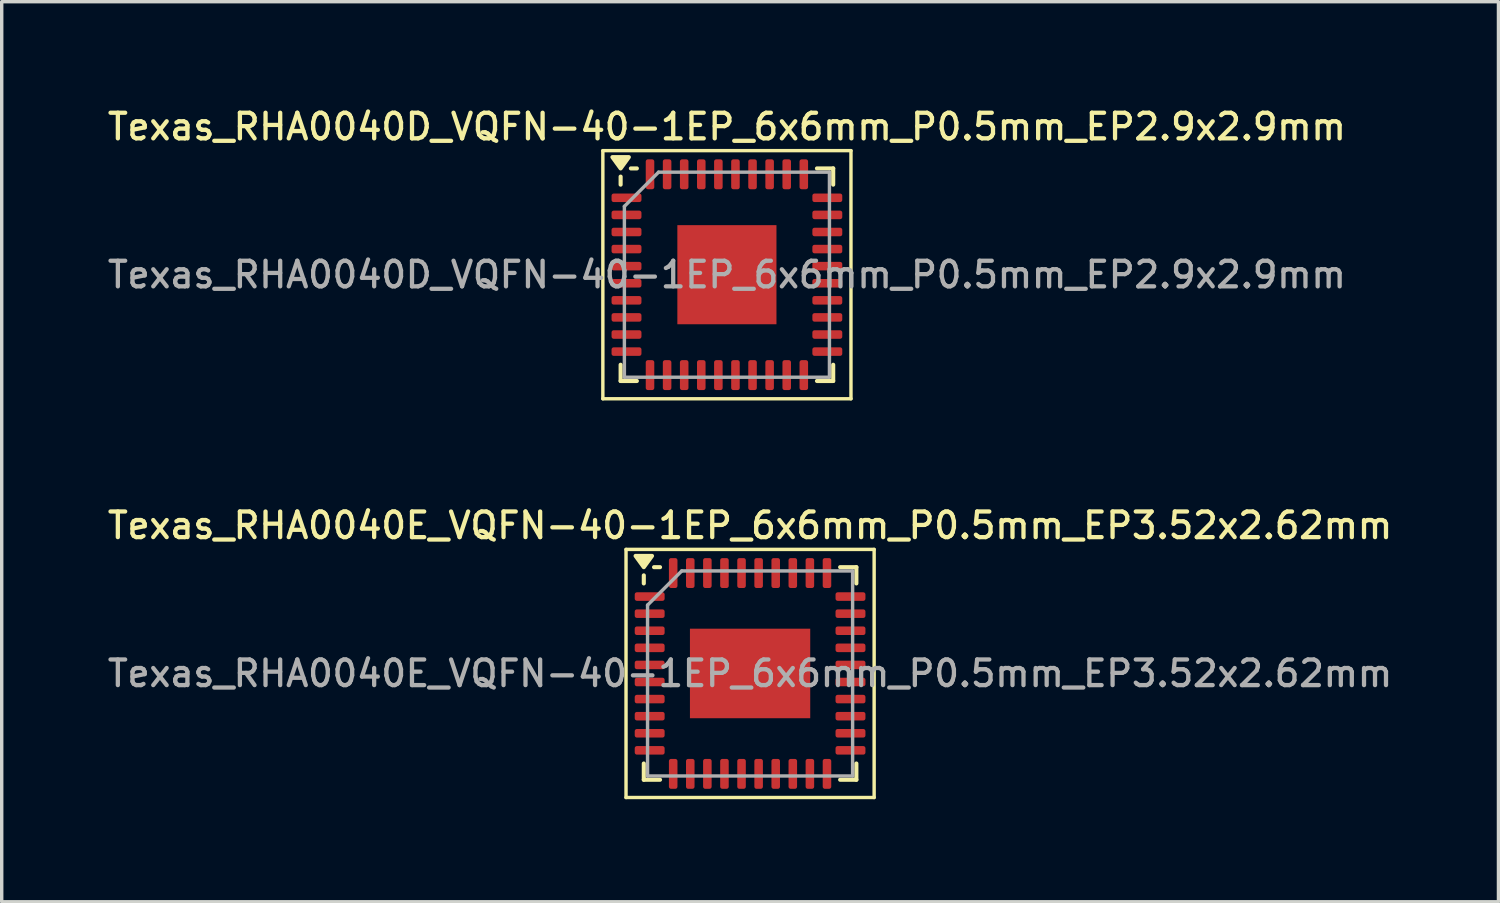
<source format=kicad_pcb>
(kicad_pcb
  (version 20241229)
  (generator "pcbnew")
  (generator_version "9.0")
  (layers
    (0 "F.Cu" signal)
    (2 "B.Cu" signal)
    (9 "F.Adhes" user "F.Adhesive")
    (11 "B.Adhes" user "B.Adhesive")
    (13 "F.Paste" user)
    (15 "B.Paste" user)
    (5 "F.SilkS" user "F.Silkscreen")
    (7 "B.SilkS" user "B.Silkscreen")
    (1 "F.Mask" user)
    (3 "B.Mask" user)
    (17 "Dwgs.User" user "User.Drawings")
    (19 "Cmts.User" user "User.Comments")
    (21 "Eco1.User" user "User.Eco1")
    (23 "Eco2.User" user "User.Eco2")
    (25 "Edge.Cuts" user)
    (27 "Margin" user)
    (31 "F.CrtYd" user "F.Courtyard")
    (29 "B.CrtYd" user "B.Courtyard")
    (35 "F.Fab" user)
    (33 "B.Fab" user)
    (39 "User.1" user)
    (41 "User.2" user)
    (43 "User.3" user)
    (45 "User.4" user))
  (footprint "Texas_RHA0040E_VQFN-40-1EP_6x6mm_P0.5mm_EP3.52x2.62mm"
    (layer "F.Cu")
    (at 18.898 16.656)
    (property "Reference" "Texas_RHA0040E_VQFN-40-1EP_6x6mm_P0.5mm_EP3.52x2.62mm" (at 0 -4.33 0) (layer "F.SilkS") (effects (font (size 0.75 0.75) (thickness 0.125))))
    (attr smd)
    (fp_line (start -3.63 -3.63) (end -3.63 3.63) (stroke (width 0.1) (type solid)) (layer "F.SilkS"))
    (fp_line (start -3.63 3.63) (end 3.63 3.63) (stroke (width 0.1) (type solid)) (layer "F.SilkS"))
    (fp_line (start -3.11 -2.635) (end -3.11 -2.87) (stroke (width 0.12) (type solid)) (layer "F.SilkS"))
    (fp_line (start -3.11 3.11) (end -3.11 2.635) (stroke (width 0.12) (type solid)) (layer "F.SilkS"))
    (fp_line (start -2.635 -3.11) (end -2.81 -3.11) (stroke (width 0.12) (type solid)) (layer "F.SilkS"))
    (fp_line (start -2.635 3.11) (end -3.11 3.11) (stroke (width 0.12) (type solid)) (layer "F.SilkS"))
    (fp_line (start 2.635 -3.11) (end 3.11 -3.11) (stroke (width 0.12) (type solid)) (layer "F.SilkS"))
    (fp_line (start 2.635 3.11) (end 3.11 3.11) (stroke (width 0.12) (type solid)) (layer "F.SilkS"))
    (fp_line (start 3.11 -3.11) (end 3.11 -2.635) (stroke (width 0.12) (type solid)) (layer "F.SilkS"))
    (fp_line (start 3.11 3.11) (end 3.11 2.635) (stroke (width 0.12) (type solid)) (layer "F.SilkS"))
    (fp_line (start 3.63 -3.63) (end -3.63 -3.63) (stroke (width 0.1) (type solid)) (layer "F.SilkS"))
    (fp_line (start 3.63 3.63) (end 3.63 -3.63) (stroke (width 0.1) (type solid)) (layer "F.SilkS"))
    (fp_poly (pts (xy -3.11 -3.11) (xy -3.35 -3.44) (xy -2.87 -3.44) (xy -3.11 -3.11)) (stroke (width 0.12) (type solid)) (fill yes) (layer "F.SilkS"))
    (fp_line (start -3 -2) (end -2 -3) (stroke (width 0.1) (type solid)) (layer "F.Fab"))
    (fp_line (start -3 3) (end -3 -2) (stroke (width 0.1) (type solid)) (layer "F.Fab"))
    (fp_line (start -2 -3) (end 3 -3) (stroke (width 0.1) (type solid)) (layer "F.Fab"))
    (fp_line (start 3 -3) (end 3 3) (stroke (width 0.1) (type solid)) (layer "F.Fab"))
    (fp_line (start 3 3) (end -3 3) (stroke (width 0.1) (type solid)) (layer "F.Fab"))
    (fp_text user "${REFERENCE}" (at 0 0 0) (layer "F.Fab") (effects (font (size 0.75 0.75) (thickness 0.125))))
    (pad "" smd roundrect (at -1.17 -0.655) (size 0.95 1.06) (layers "F.Paste") (roundrect_rratio 0.25))
    (pad "" smd roundrect (at -1.17 0.655) (size 0.95 1.06) (layers "F.Paste") (roundrect_rratio 0.25))
    (pad "" smd roundrect (at 0 -0.655) (size 0.95 1.06) (layers "F.Paste") (roundrect_rratio 0.25))
    (pad "" smd roundrect (at 0 0.655) (size 0.95 1.06) (layers "F.Paste") (roundrect_rratio 0.25))
    (pad "" smd roundrect (at 1.17 -0.655) (size 0.95 1.06) (layers "F.Paste") (roundrect_rratio 0.25))
    (pad "" smd roundrect (at 1.17 0.655) (size 0.95 1.06) (layers "F.Paste") (roundrect_rratio 0.25))
    (pad "1" smd roundrect (at -2.938 -2.25) (size 0.875 0.25) (layers "F.Cu" "F.Mask" "F.Paste") (roundrect_rratio 0.25))
    (pad "2" smd roundrect (at -2.938 -1.75) (size 0.875 0.25) (layers "F.Cu" "F.Mask" "F.Paste") (roundrect_rratio 0.25))
    (pad "3" smd roundrect (at -2.938 -1.25) (size 0.875 0.25) (layers "F.Cu" "F.Mask" "F.Paste") (roundrect_rratio 0.25))
    (pad "4" smd roundrect (at -2.938 -0.75) (size 0.875 0.25) (layers "F.Cu" "F.Mask" "F.Paste") (roundrect_rratio 0.25))
    (pad "5" smd roundrect (at -2.938 -0.25) (size 0.875 0.25) (layers "F.Cu" "F.Mask" "F.Paste") (roundrect_rratio 0.25))
    (pad "6" smd roundrect (at -2.938 0.25) (size 0.875 0.25) (layers "F.Cu" "F.Mask" "F.Paste") (roundrect_rratio 0.25))
    (pad "7" smd roundrect (at -2.938 0.75) (size 0.875 0.25) (layers "F.Cu" "F.Mask" "F.Paste") (roundrect_rratio 0.25))
    (pad "8" smd roundrect (at -2.938 1.25) (size 0.875 0.25) (layers "F.Cu" "F.Mask" "F.Paste") (roundrect_rratio 0.25))
    (pad "9" smd roundrect (at -2.938 1.75) (size 0.875 0.25) (layers "F.Cu" "F.Mask" "F.Paste") (roundrect_rratio 0.25))
    (pad "10" smd roundrect (at -2.938 2.25) (size 0.875 0.25) (layers "F.Cu" "F.Mask" "F.Paste") (roundrect_rratio 0.25))
    (pad "11" smd roundrect (at -2.25 2.938) (size 0.25 0.875) (layers "F.Cu" "F.Mask" "F.Paste") (roundrect_rratio 0.25))
    (pad "12" smd roundrect (at -1.75 2.938) (size 0.25 0.875) (layers "F.Cu" "F.Mask" "F.Paste") (roundrect_rratio 0.25))
    (pad "13" smd roundrect (at -1.25 2.938) (size 0.25 0.875) (layers "F.Cu" "F.Mask" "F.Paste") (roundrect_rratio 0.25))
    (pad "14" smd roundrect (at -0.75 2.938) (size 0.25 0.875) (layers "F.Cu" "F.Mask" "F.Paste") (roundrect_rratio 0.25))
    (pad "15" smd roundrect (at -0.25 2.938) (size 0.25 0.875) (layers "F.Cu" "F.Mask" "F.Paste") (roundrect_rratio 0.25))
    (pad "16" smd roundrect (at 0.25 2.938) (size 0.25 0.875) (layers "F.Cu" "F.Mask" "F.Paste") (roundrect_rratio 0.25))
    (pad "17" smd roundrect (at 0.75 2.938) (size 0.25 0.875) (layers "F.Cu" "F.Mask" "F.Paste") (roundrect_rratio 0.25))
    (pad "18" smd roundrect (at 1.25 2.938) (size 0.25 0.875) (layers "F.Cu" "F.Mask" "F.Paste") (roundrect_rratio 0.25))
    (pad "19" smd roundrect (at 1.75 2.938) (size 0.25 0.875) (layers "F.Cu" "F.Mask" "F.Paste") (roundrect_rratio 0.25))
    (pad "20" smd roundrect (at 2.25 2.938) (size 0.25 0.875) (layers "F.Cu" "F.Mask" "F.Paste") (roundrect_rratio 0.25))
    (pad "21" smd roundrect (at 2.938 2.25) (size 0.875 0.25) (layers "F.Cu" "F.Mask" "F.Paste") (roundrect_rratio 0.25))
    (pad "22" smd roundrect (at 2.938 1.75) (size 0.875 0.25) (layers "F.Cu" "F.Mask" "F.Paste") (roundrect_rratio 0.25))
    (pad "23" smd roundrect (at 2.938 1.25) (size 0.875 0.25) (layers "F.Cu" "F.Mask" "F.Paste") (roundrect_rratio 0.25))
    (pad "24" smd roundrect (at 2.938 0.75) (size 0.875 0.25) (layers "F.Cu" "F.Mask" "F.Paste") (roundrect_rratio 0.25))
    (pad "25" smd roundrect (at 2.938 0.25) (size 0.875 0.25) (layers "F.Cu" "F.Mask" "F.Paste") (roundrect_rratio 0.25))
    (pad "26" smd roundrect (at 2.938 -0.25) (size 0.875 0.25) (layers "F.Cu" "F.Mask" "F.Paste") (roundrect_rratio 0.25))
    (pad "27" smd roundrect (at 2.938 -0.75) (size 0.875 0.25) (layers "F.Cu" "F.Mask" "F.Paste") (roundrect_rratio 0.25))
    (pad "28" smd roundrect (at 2.938 -1.25) (size 0.875 0.25) (layers "F.Cu" "F.Mask" "F.Paste") (roundrect_rratio 0.25))
    (pad "29" smd roundrect (at 2.938 -1.75) (size 0.875 0.25) (layers "F.Cu" "F.Mask" "F.Paste") (roundrect_rratio 0.25))
    (pad "30" smd roundrect (at 2.938 -2.25) (size 0.875 0.25) (layers "F.Cu" "F.Mask" "F.Paste") (roundrect_rratio 0.25))
    (pad "31" smd roundrect (at 2.25 -2.938) (size 0.25 0.875) (layers "F.Cu" "F.Mask" "F.Paste") (roundrect_rratio 0.25))
    (pad "32" smd roundrect (at 1.75 -2.938) (size 0.25 0.875) (layers "F.Cu" "F.Mask" "F.Paste") (roundrect_rratio 0.25))
    (pad "33" smd roundrect (at 1.25 -2.938) (size 0.25 0.875) (layers "F.Cu" "F.Mask" "F.Paste") (roundrect_rratio 0.25))
    (pad "34" smd roundrect (at 0.75 -2.938) (size 0.25 0.875) (layers "F.Cu" "F.Mask" "F.Paste") (roundrect_rratio 0.25))
    (pad "35" smd roundrect (at 0.25 -2.938) (size 0.25 0.875) (layers "F.Cu" "F.Mask" "F.Paste") (roundrect_rratio 0.25))
    (pad "36" smd roundrect (at -0.25 -2.938) (size 0.25 0.875) (layers "F.Cu" "F.Mask" "F.Paste") (roundrect_rratio 0.25))
    (pad "37" smd roundrect (at -0.75 -2.938) (size 0.25 0.875) (layers "F.Cu" "F.Mask" "F.Paste") (roundrect_rratio 0.25))
    (pad "38" smd roundrect (at -1.25 -2.938) (size 0.25 0.875) (layers "F.Cu" "F.Mask" "F.Paste") (roundrect_rratio 0.25))
    (pad "39" smd roundrect (at -1.75 -2.938) (size 0.25 0.875) (layers "F.Cu" "F.Mask" "F.Paste") (roundrect_rratio 0.25))
    (pad "40" smd roundrect (at -2.25 -2.938) (size 0.25 0.875) (layers "F.Cu" "F.Mask" "F.Paste") (roundrect_rratio 0.25))
    (pad "41" smd rect (at 0 0) (size 3.52 2.62) (property pad_prop_heatsink) (layers "F.Cu" "F.Mask")))
  (footprint "Texas_RHA0040D_VQFN-40-1EP_6x6mm_P0.5mm_EP2.9x2.9mm"
    (layer "F.Cu")
    (at 18.22 4.988)
    (property "Reference" "Texas_RHA0040D_VQFN-40-1EP_6x6mm_P0.5mm_EP2.9x2.9mm" (at 0 -4.33 0) (layer "F.SilkS") (effects (font (size 0.75 0.75) (thickness 0.125))))
    (attr smd)
    (fp_line (start -3.63 -3.63) (end -3.63 3.63) (stroke (width 0.1) (type solid)) (layer "F.SilkS"))
    (fp_line (start -3.63 3.63) (end 3.63 3.63) (stroke (width 0.1) (type solid)) (layer "F.SilkS"))
    (fp_line (start -3.11 -2.635) (end -3.11 -2.87) (stroke (width 0.12) (type solid)) (layer "F.SilkS"))
    (fp_line (start -3.11 3.11) (end -3.11 2.635) (stroke (width 0.12) (type solid)) (layer "F.SilkS"))
    (fp_line (start -2.635 -3.11) (end -2.81 -3.11) (stroke (width 0.12) (type solid)) (layer "F.SilkS"))
    (fp_line (start -2.635 3.11) (end -3.11 3.11) (stroke (width 0.12) (type solid)) (layer "F.SilkS"))
    (fp_line (start 2.635 -3.11) (end 3.11 -3.11) (stroke (width 0.12) (type solid)) (layer "F.SilkS"))
    (fp_line (start 2.635 3.11) (end 3.11 3.11) (stroke (width 0.12) (type solid)) (layer "F.SilkS"))
    (fp_line (start 3.11 -3.11) (end 3.11 -2.635) (stroke (width 0.12) (type solid)) (layer "F.SilkS"))
    (fp_line (start 3.11 3.11) (end 3.11 2.635) (stroke (width 0.12) (type solid)) (layer "F.SilkS"))
    (fp_line (start 3.63 -3.63) (end -3.63 -3.63) (stroke (width 0.1) (type solid)) (layer "F.SilkS"))
    (fp_line (start 3.63 3.63) (end 3.63 -3.63) (stroke (width 0.1) (type solid)) (layer "F.SilkS"))
    (fp_poly (pts (xy -3.11 -3.11) (xy -3.35 -3.44) (xy -2.87 -3.44) (xy -3.11 -3.11)) (stroke (width 0.12) (type solid)) (fill yes) (layer "F.SilkS"))
    (fp_line (start -3 -2) (end -2 -3) (stroke (width 0.1) (type solid)) (layer "F.Fab"))
    (fp_line (start -3 3) (end -3 -2) (stroke (width 0.1) (type solid)) (layer "F.Fab"))
    (fp_line (start -2 -3) (end 3 -3) (stroke (width 0.1) (type solid)) (layer "F.Fab"))
    (fp_line (start 3 -3) (end 3 3) (stroke (width 0.1) (type solid)) (layer "F.Fab"))
    (fp_line (start 3 3) (end -3 3) (stroke (width 0.1) (type solid)) (layer "F.Fab"))
    (fp_text user "${REFERENCE}" (at 0 0 0) (layer "F.Fab") (effects (font (size 0.75 0.75) (thickness 0.125))))
    (pad "" smd roundrect (at -0.725 -0.725) (size 1.17 1.17) (layers "F.Paste") (roundrect_rratio 0.214))
    (pad "" smd roundrect (at -0.725 0.725) (size 1.17 1.17) (layers "F.Paste") (roundrect_rratio 0.214))
    (pad "" smd roundrect (at 0.725 -0.725) (size 1.17 1.17) (layers "F.Paste") (roundrect_rratio 0.214))
    (pad "" smd roundrect (at 0.725 0.725) (size 1.17 1.17) (layers "F.Paste") (roundrect_rratio 0.214))
    (pad "1" smd roundrect (at -2.938 -2.25) (size 0.875 0.25) (layers "F.Cu" "F.Mask" "F.Paste") (roundrect_rratio 0.25))
    (pad "2" smd roundrect (at -2.938 -1.75) (size 0.875 0.25) (layers "F.Cu" "F.Mask" "F.Paste") (roundrect_rratio 0.25))
    (pad "3" smd roundrect (at -2.938 -1.25) (size 0.875 0.25) (layers "F.Cu" "F.Mask" "F.Paste") (roundrect_rratio 0.25))
    (pad "4" smd roundrect (at -2.938 -0.75) (size 0.875 0.25) (layers "F.Cu" "F.Mask" "F.Paste") (roundrect_rratio 0.25))
    (pad "5" smd roundrect (at -2.938 -0.25) (size 0.875 0.25) (layers "F.Cu" "F.Mask" "F.Paste") (roundrect_rratio 0.25))
    (pad "6" smd roundrect (at -2.938 0.25) (size 0.875 0.25) (layers "F.Cu" "F.Mask" "F.Paste") (roundrect_rratio 0.25))
    (pad "7" smd roundrect (at -2.938 0.75) (size 0.875 0.25) (layers "F.Cu" "F.Mask" "F.Paste") (roundrect_rratio 0.25))
    (pad "8" smd roundrect (at -2.938 1.25) (size 0.875 0.25) (layers "F.Cu" "F.Mask" "F.Paste") (roundrect_rratio 0.25))
    (pad "9" smd roundrect (at -2.938 1.75) (size 0.875 0.25) (layers "F.Cu" "F.Mask" "F.Paste") (roundrect_rratio 0.25))
    (pad "10" smd roundrect (at -2.938 2.25) (size 0.875 0.25) (layers "F.Cu" "F.Mask" "F.Paste") (roundrect_rratio 0.25))
    (pad "11" smd roundrect (at -2.25 2.938) (size 0.25 0.875) (layers "F.Cu" "F.Mask" "F.Paste") (roundrect_rratio 0.25))
    (pad "12" smd roundrect (at -1.75 2.938) (size 0.25 0.875) (layers "F.Cu" "F.Mask" "F.Paste") (roundrect_rratio 0.25))
    (pad "13" smd roundrect (at -1.25 2.938) (size 0.25 0.875) (layers "F.Cu" "F.Mask" "F.Paste") (roundrect_rratio 0.25))
    (pad "14" smd roundrect (at -0.75 2.938) (size 0.25 0.875) (layers "F.Cu" "F.Mask" "F.Paste") (roundrect_rratio 0.25))
    (pad "15" smd roundrect (at -0.25 2.938) (size 0.25 0.875) (layers "F.Cu" "F.Mask" "F.Paste") (roundrect_rratio 0.25))
    (pad "16" smd roundrect (at 0.25 2.938) (size 0.25 0.875) (layers "F.Cu" "F.Mask" "F.Paste") (roundrect_rratio 0.25))
    (pad "17" smd roundrect (at 0.75 2.938) (size 0.25 0.875) (layers "F.Cu" "F.Mask" "F.Paste") (roundrect_rratio 0.25))
    (pad "18" smd roundrect (at 1.25 2.938) (size 0.25 0.875) (layers "F.Cu" "F.Mask" "F.Paste") (roundrect_rratio 0.25))
    (pad "19" smd roundrect (at 1.75 2.938) (size 0.25 0.875) (layers "F.Cu" "F.Mask" "F.Paste") (roundrect_rratio 0.25))
    (pad "20" smd roundrect (at 2.25 2.938) (size 0.25 0.875) (layers "F.Cu" "F.Mask" "F.Paste") (roundrect_rratio 0.25))
    (pad "21" smd roundrect (at 2.938 2.25) (size 0.875 0.25) (layers "F.Cu" "F.Mask" "F.Paste") (roundrect_rratio 0.25))
    (pad "22" smd roundrect (at 2.938 1.75) (size 0.875 0.25) (layers "F.Cu" "F.Mask" "F.Paste") (roundrect_rratio 0.25))
    (pad "23" smd roundrect (at 2.938 1.25) (size 0.875 0.25) (layers "F.Cu" "F.Mask" "F.Paste") (roundrect_rratio 0.25))
    (pad "24" smd roundrect (at 2.938 0.75) (size 0.875 0.25) (layers "F.Cu" "F.Mask" "F.Paste") (roundrect_rratio 0.25))
    (pad "25" smd roundrect (at 2.938 0.25) (size 0.875 0.25) (layers "F.Cu" "F.Mask" "F.Paste") (roundrect_rratio 0.25))
    (pad "26" smd roundrect (at 2.938 -0.25) (size 0.875 0.25) (layers "F.Cu" "F.Mask" "F.Paste") (roundrect_rratio 0.25))
    (pad "27" smd roundrect (at 2.938 -0.75) (size 0.875 0.25) (layers "F.Cu" "F.Mask" "F.Paste") (roundrect_rratio 0.25))
    (pad "28" smd roundrect (at 2.938 -1.25) (size 0.875 0.25) (layers "F.Cu" "F.Mask" "F.Paste") (roundrect_rratio 0.25))
    (pad "29" smd roundrect (at 2.938 -1.75) (size 0.875 0.25) (layers "F.Cu" "F.Mask" "F.Paste") (roundrect_rratio 0.25))
    (pad "30" smd roundrect (at 2.938 -2.25) (size 0.875 0.25) (layers "F.Cu" "F.Mask" "F.Paste") (roundrect_rratio 0.25))
    (pad "31" smd roundrect (at 2.25 -2.938) (size 0.25 0.875) (layers "F.Cu" "F.Mask" "F.Paste") (roundrect_rratio 0.25))
    (pad "32" smd roundrect (at 1.75 -2.938) (size 0.25 0.875) (layers "F.Cu" "F.Mask" "F.Paste") (roundrect_rratio 0.25))
    (pad "33" smd roundrect (at 1.25 -2.938) (size 0.25 0.875) (layers "F.Cu" "F.Mask" "F.Paste") (roundrect_rratio 0.25))
    (pad "34" smd roundrect (at 0.75 -2.938) (size 0.25 0.875) (layers "F.Cu" "F.Mask" "F.Paste") (roundrect_rratio 0.25))
    (pad "35" smd roundrect (at 0.25 -2.938) (size 0.25 0.875) (layers "F.Cu" "F.Mask" "F.Paste") (roundrect_rratio 0.25))
    (pad "36" smd roundrect (at -0.25 -2.938) (size 0.25 0.875) (layers "F.Cu" "F.Mask" "F.Paste") (roundrect_rratio 0.25))
    (pad "37" smd roundrect (at -0.75 -2.938) (size 0.25 0.875) (layers "F.Cu" "F.Mask" "F.Paste") (roundrect_rratio 0.25))
    (pad "38" smd roundrect (at -1.25 -2.938) (size 0.25 0.875) (layers "F.Cu" "F.Mask" "F.Paste") (roundrect_rratio 0.25))
    (pad "39" smd roundrect (at -1.75 -2.938) (size 0.25 0.875) (layers "F.Cu" "F.Mask" "F.Paste") (roundrect_rratio 0.25))
    (pad "40" smd roundrect (at -2.25 -2.938) (size 0.25 0.875) (layers "F.Cu" "F.Mask" "F.Paste") (roundrect_rratio 0.25))
    (pad "41" smd rect (at 0 0) (size 2.9 2.9) (property pad_prop_heatsink) (layers "F.Cu" "F.Mask")))
  (gr_rect
    (start -3 -3)
    (end 40.796 23.336)
    (stroke (width 0.1) (type default))
    (fill no)
    (layer "Edge.Cuts")))
</source>
